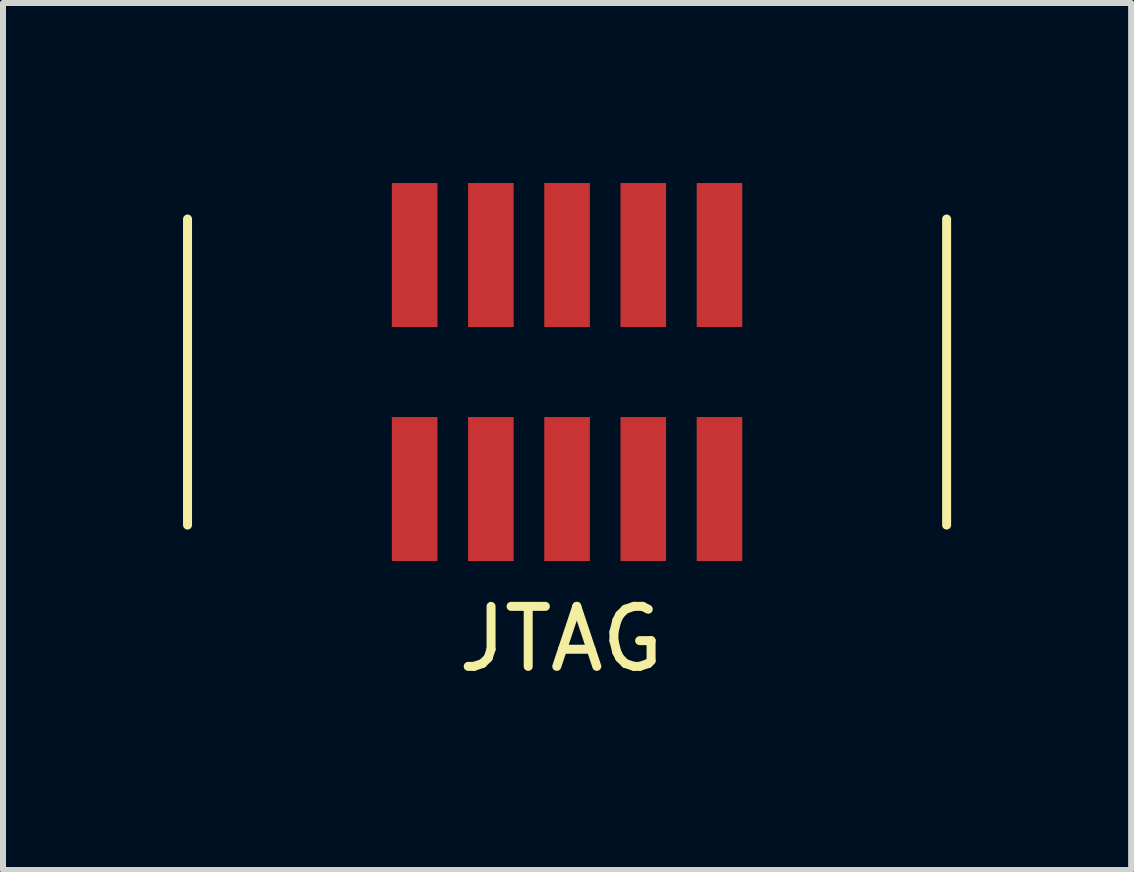
<source format=kicad_pcb>
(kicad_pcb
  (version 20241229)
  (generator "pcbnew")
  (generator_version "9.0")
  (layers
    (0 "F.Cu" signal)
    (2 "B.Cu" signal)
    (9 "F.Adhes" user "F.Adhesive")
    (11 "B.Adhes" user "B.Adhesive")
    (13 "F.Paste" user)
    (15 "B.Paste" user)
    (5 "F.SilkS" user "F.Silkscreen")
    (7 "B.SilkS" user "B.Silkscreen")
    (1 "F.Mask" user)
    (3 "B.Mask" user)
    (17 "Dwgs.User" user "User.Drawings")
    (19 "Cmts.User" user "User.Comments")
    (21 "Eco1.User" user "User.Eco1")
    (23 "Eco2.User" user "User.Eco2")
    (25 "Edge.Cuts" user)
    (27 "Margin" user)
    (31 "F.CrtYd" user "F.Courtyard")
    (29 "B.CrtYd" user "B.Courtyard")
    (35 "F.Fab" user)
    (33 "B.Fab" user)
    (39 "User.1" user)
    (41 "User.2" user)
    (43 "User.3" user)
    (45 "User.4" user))
  (footprint "JTAG"
    (layer "F.Cu")
    (at 6.4 3.15)
    (property "Reference" "JTAG" (at -0.1 4.45 0) (layer "F.SilkS") (effects (font (size 1 1) (thickness 0.15))))
    (attr through_hole)
    (fp_line (start -6.325 2.55) (end -6.325 -2.55) (stroke (width 0.15) (type solid)) (layer "F.SilkS"))
    (fp_line (start 6.325 -2.55) (end 6.325 2.55) (stroke (width 0.15) (type solid)) (layer "F.SilkS"))
    (pad "1" smd rect (at 2.54 -1.95) (size 0.76 2.4) (layers "F.Cu" "F.Mask" "F.Paste"))
    (pad "2" smd rect (at 2.54 1.95) (size 0.76 2.4) (layers "F.Cu" "F.Mask" "F.Paste"))
    (pad "3" smd rect (at 1.27 -1.95) (size 0.76 2.4) (layers "F.Cu" "F.Mask" "F.Paste"))
    (pad "4" smd rect (at 1.27 1.95) (size 0.76 2.4) (layers "F.Cu" "F.Mask" "F.Paste"))
    (pad "5" smd rect (at 0 -1.95) (size 0.76 2.4) (layers "F.Cu" "F.Mask" "F.Paste"))
    (pad "6" smd rect (at 0 1.95) (size 0.76 2.4) (layers "F.Cu" "F.Mask" "F.Paste"))
    (pad "7" smd rect (at -1.27 -1.95) (size 0.76 2.4) (layers "F.Cu" "F.Mask" "F.Paste"))
    (pad "8" smd rect (at -1.27 1.95) (size 0.76 2.4) (layers "F.Cu" "F.Mask" "F.Paste"))
    (pad "9" smd rect (at -2.54 -1.95) (size 0.76 2.4) (layers "F.Cu" "F.Mask" "F.Paste"))
    (pad "10" smd rect (at -2.54 1.95) (size 0.76 2.4) (layers "F.Cu" "F.Mask" "F.Paste")))
  (gr_rect
    (start -3 -3)
    (end 15.8 11.448)
    (stroke (width 0.1) (type default))
    (fill no)
    (layer "Edge.Cuts")))
</source>
